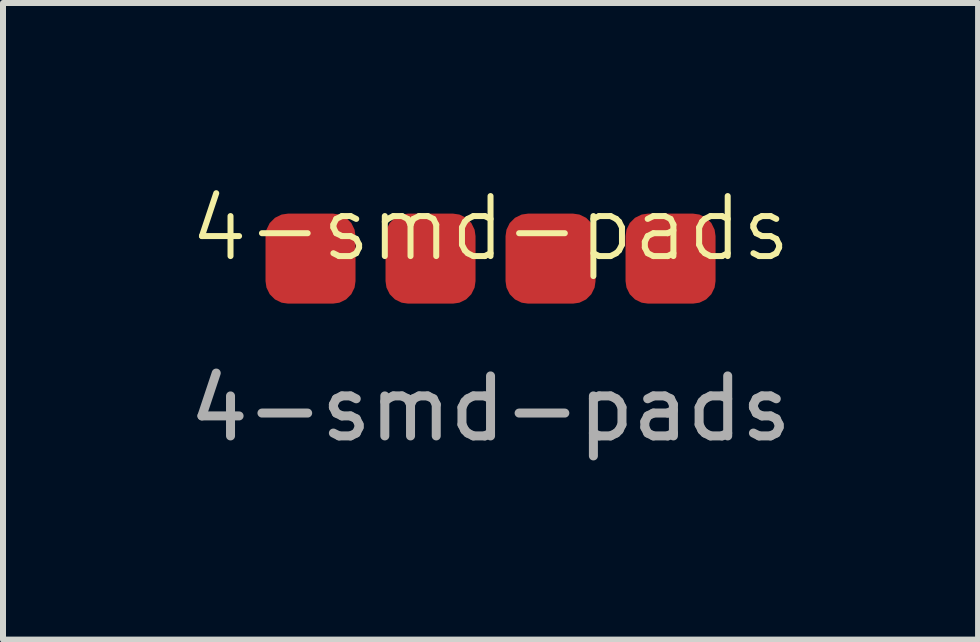
<source format=kicad_pcb>
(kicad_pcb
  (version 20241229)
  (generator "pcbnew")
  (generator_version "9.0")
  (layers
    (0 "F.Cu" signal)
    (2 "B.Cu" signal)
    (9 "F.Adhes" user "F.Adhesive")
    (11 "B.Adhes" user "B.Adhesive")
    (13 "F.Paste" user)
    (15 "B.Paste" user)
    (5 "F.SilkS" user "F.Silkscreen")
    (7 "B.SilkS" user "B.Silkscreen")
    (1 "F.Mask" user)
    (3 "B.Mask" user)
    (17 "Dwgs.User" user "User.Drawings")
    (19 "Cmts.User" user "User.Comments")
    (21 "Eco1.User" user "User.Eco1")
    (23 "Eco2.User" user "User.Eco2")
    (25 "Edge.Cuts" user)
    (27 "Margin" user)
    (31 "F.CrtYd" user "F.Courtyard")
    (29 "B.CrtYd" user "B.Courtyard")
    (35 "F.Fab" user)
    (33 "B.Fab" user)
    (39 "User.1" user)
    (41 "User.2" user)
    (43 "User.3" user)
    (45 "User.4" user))
  (footprint "4-smd-pads"
    (layer "F.Cu")
    (at 5.125 1.26)
    (property "Reference" "4-smd-pads" (at 0 -0.5 0) (unlocked yes) (layer "F.SilkS") (effects (font (size 1 1) (thickness 0.1))))
    (attr smd)
    (fp_text user "${REFERENCE}" (at 0 2.5 0) (unlocked yes) (layer "F.Fab") (effects (font (size 1 1) (thickness 0.15))))
    (pad "1" smd roundrect (at -3 0) (size 1.5 1.5) (layers "F.Cu" "F.Mask" "F.Paste") (roundrect_rratio 0.25))
    (pad "2" smd roundrect (at -1 0) (size 1.5 1.5) (layers "F.Cu" "F.Mask" "F.Paste") (roundrect_rratio 0.25))
    (pad "3" smd roundrect (at 1 0) (size 1.5 1.5) (layers "F.Cu" "F.Mask" "F.Paste") (roundrect_rratio 0.25))
    (pad "4" smd roundrect (at 3 0) (size 1.5 1.5) (layers "F.Cu" "F.Mask" "F.Paste") (roundrect_rratio 0.25)))
  (gr_rect
    (start -3 -3)
    (end 13.25 7.609)
    (stroke (width 0.1) (type default))
    (fill no)
    (layer "Edge.Cuts")))
</source>
